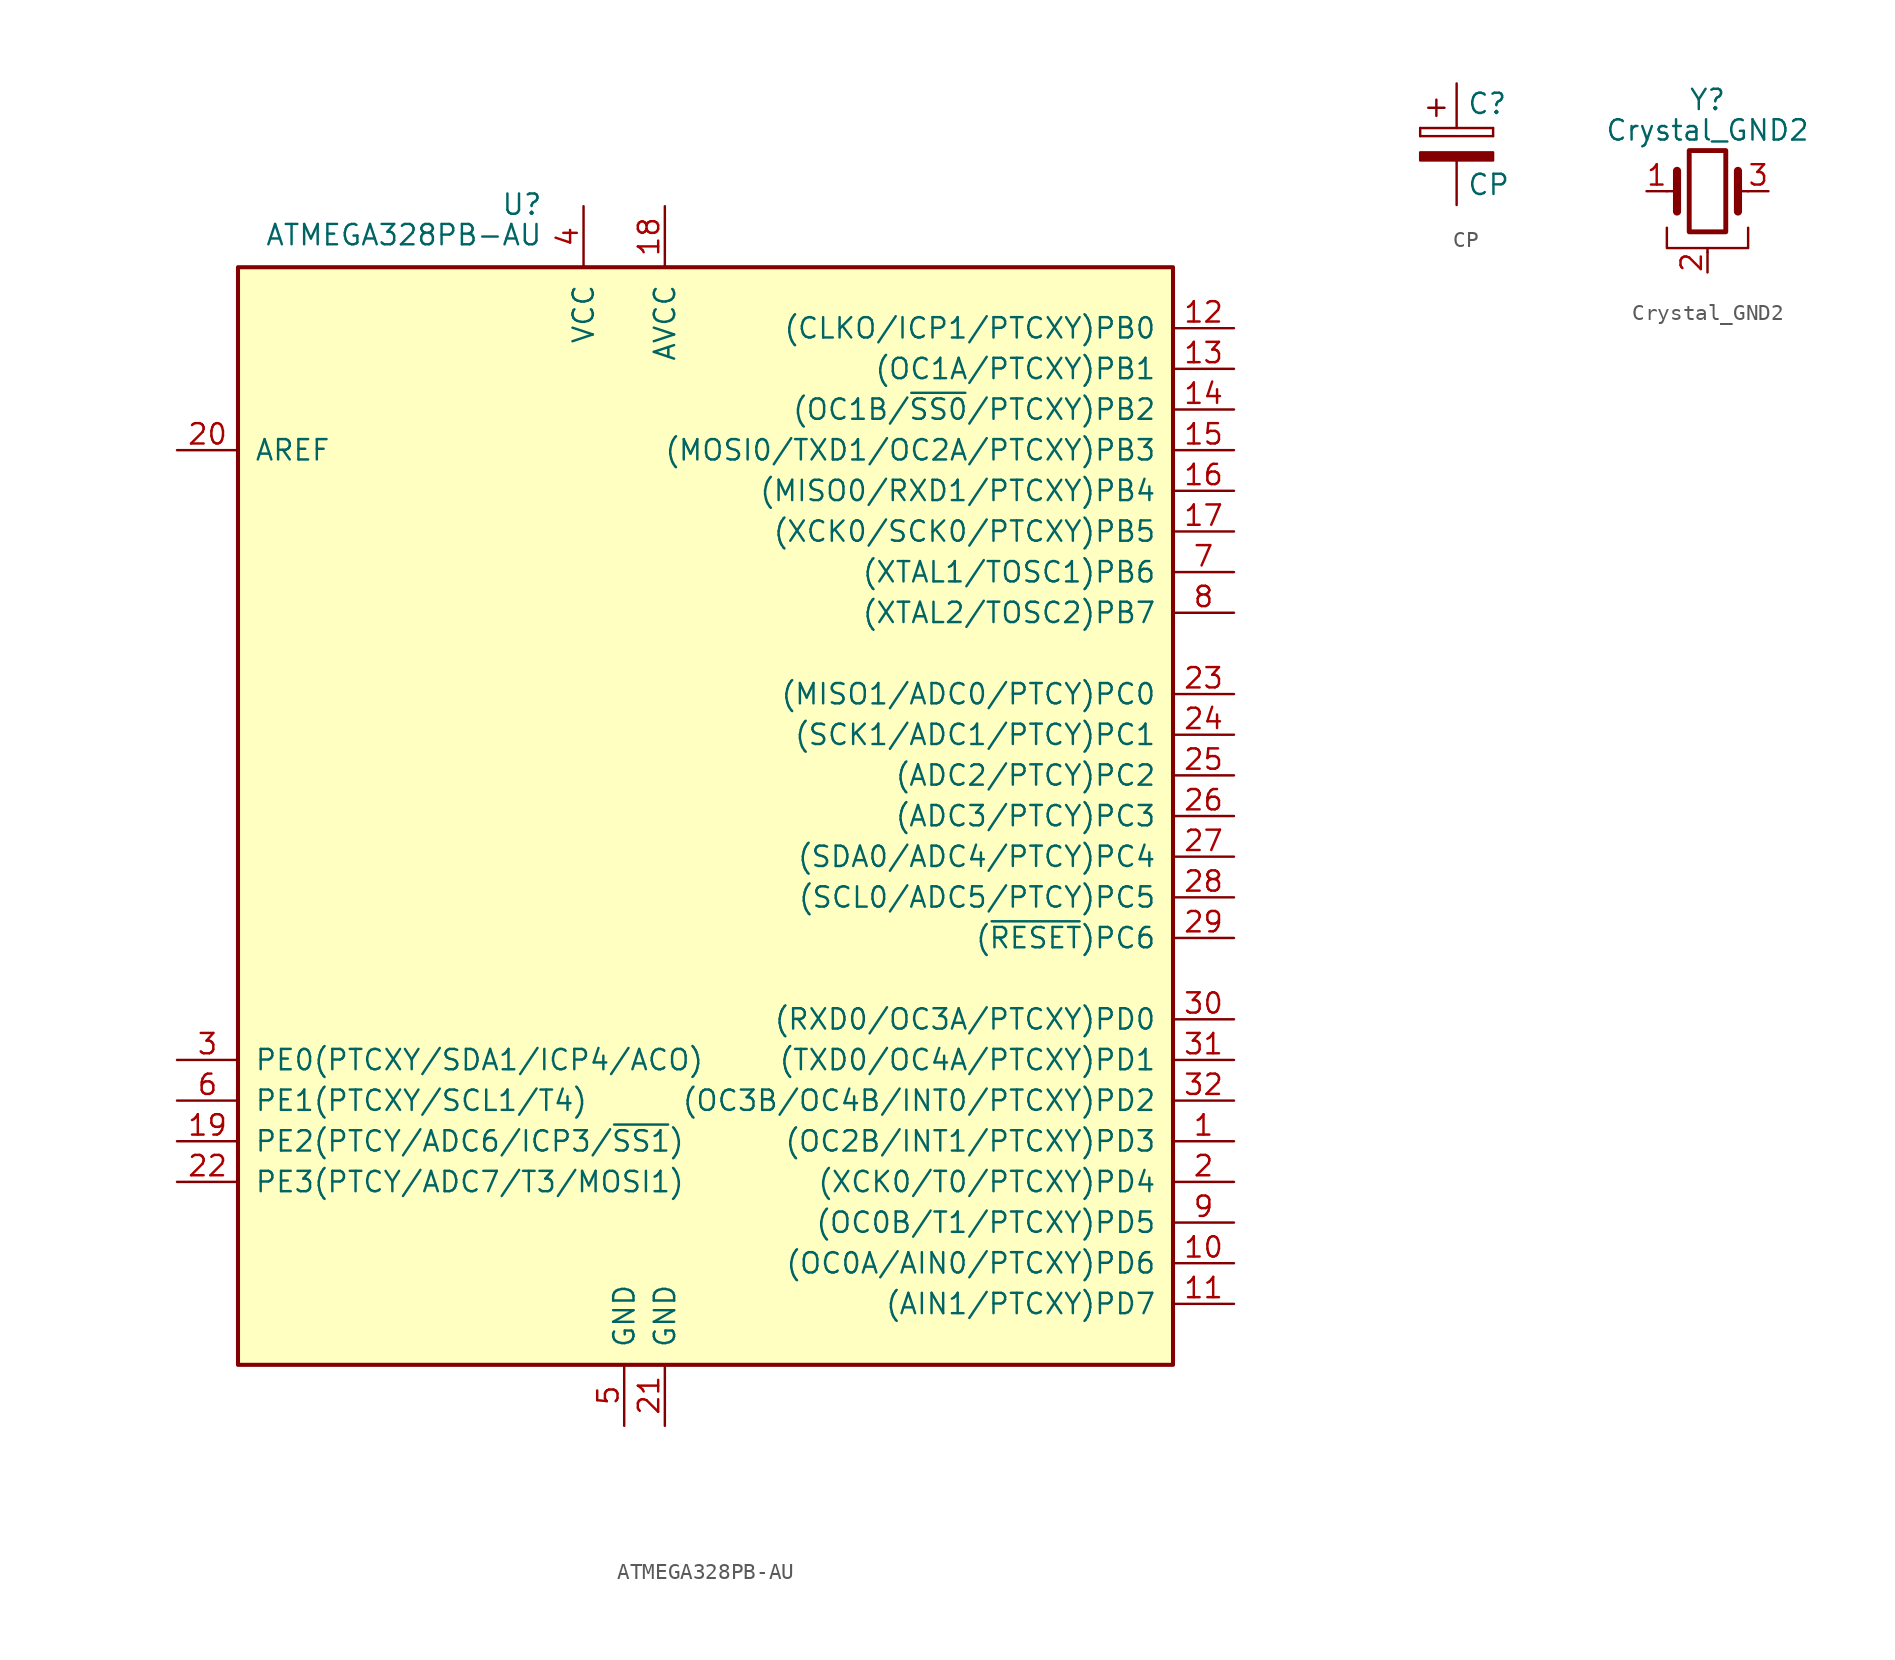
<source format=kicad_sym>
(kicad_symbol_lib
  (version 20220914)
  (generator kicad_symbol_editor)
  (symbol "ATMEGA328PB-AU"
    (pin_names
      (offset 1.016))
    (property "Reference" "U"
      (at -10.16 37.465 0)
      (effects (font (size 1.27 1.27)) (justify right bottom)))
    (property "Value" "ATMEGA328PB-AU"
      (at -10.16 35.56 0)
      (effects (font (size 1.27 1.27)) (justify right bottom)))
    (symbol "ATMEGA328PB-AU_0_1"
      (rectangle (start -29.21 34.29) (end 29.21 -34.29) (stroke (width 0.254) (type solid)) (fill (type background))))
    (symbol "ATMEGA328PB-AU_1_1"
      (pin bidirectional line (at 33.02 -20.32 180) (length 3.81) (name "(OC2B/INT1/PTCXY)PD3" (effects (font (size 1.27 1.27)))) (number "1" (effects (font (size 1.27 1.27)))))
      (pin bidirectional line (at 33.02 -27.94 180) (length 3.81) (name "(OC0A/AIN0/PTCXY)PD6" (effects (font (size 1.27 1.27)))) (number "10" (effects (font (size 1.27 1.27)))))
      (pin bidirectional line (at 33.02 -30.48 180) (length 3.81) (name "(AIN1/PTCXY)PD7" (effects (font (size 1.27 1.27)))) (number "11" (effects (font (size 1.27 1.27)))))
      (pin bidirectional line (at 33.02 30.48 180) (length 3.81) (name "(CLKO/ICP1/PTCXY)PB0" (effects (font (size 1.27 1.27)))) (number "12" (effects (font (size 1.27 1.27)))))
      (pin bidirectional line (at 33.02 27.94 180) (length 3.81) (name "(OC1A/PTCXY)PB1" (effects (font (size 1.27 1.27)))) (number "13" (effects (font (size 1.27 1.27)))))
      (pin bidirectional line (at 33.02 25.4 180) (length 3.81) (name "(OC1B/~{SS0}/PTCXY)PB2" (effects (font (size 1.27 1.27)))) (number "14" (effects (font (size 1.27 1.27)))))
      (pin bidirectional line (at 33.02 22.86 180) (length 3.81) (name "(MOSI0/TXD1/OC2A/PTCXY)PB3" (effects (font (size 1.27 1.27)))) (number "15" (effects (font (size 1.27 1.27)))))
      (pin bidirectional line (at 33.02 20.32 180) (length 3.81) (name "(MISO0/RXD1/PTCXY)PB4" (effects (font (size 1.27 1.27)))) (number "16" (effects (font (size 1.27 1.27)))))
      (pin bidirectional line (at 33.02 17.78 180) (length 3.81) (name "(XCK0/SCK0/PTCXY)PB5" (effects (font (size 1.27 1.27)))) (number "17" (effects (font (size 1.27 1.27)))))
      (pin power_in line (at -2.54 38.1 270) (length 3.81) (name "AVCC" (effects (font (size 1.27 1.27)))) (number "18" (effects (font (size 1.27 1.27)))))
      (pin bidirectional line (at -33.02 -20.32 0) (length 3.81) (name "PE2(PTCY/ADC6/ICP3/~{SS1})" (effects (font (size 1.27 1.27)))) (number "19" (effects (font (size 1.27 1.27)))))
      (pin bidirectional line (at 33.02 -22.86 180) (length 3.81) (name "(XCK0/T0/PTCXY)PD4" (effects (font (size 1.27 1.27)))) (number "2" (effects (font (size 1.27 1.27)))))
      (pin bidirectional line (at -33.02 22.86 0) (length 3.81) (name "AREF" (effects (font (size 1.27 1.27)))) (number "20" (effects (font (size 1.27 1.27)))))
      (pin power_in line (at -2.54 -38.1 90) (length 3.81) (name "GND" (effects (font (size 1.27 1.27)))) (number "21" (effects (font (size 1.27 1.27)))))
      (pin bidirectional line (at -33.02 -22.86 0) (length 3.81) (name "PE3(PTCY/ADC7/T3/MOSI1)" (effects (font (size 1.27 1.27)))) (number "22" (effects (font (size 1.27 1.27)))))
      (pin bidirectional line (at 33.02 7.62 180) (length 3.81) (name "(MISO1/ADC0/PTCY)PC0" (effects (font (size 1.27 1.27)))) (number "23" (effects (font (size 1.27 1.27)))))
      (pin bidirectional line (at 33.02 5.08 180) (length 3.81) (name "(SCK1/ADC1/PTCY)PC1" (effects (font (size 1.27 1.27)))) (number "24" (effects (font (size 1.27 1.27)))))
      (pin bidirectional line (at 33.02 2.54 180) (length 3.81) (name "(ADC2/PTCY)PC2" (effects (font (size 1.27 1.27)))) (number "25" (effects (font (size 1.27 1.27)))))
      (pin bidirectional line (at 33.02 0 180) (length 3.81) (name "(ADC3/PTCY)PC3" (effects (font (size 1.27 1.27)))) (number "26" (effects (font (size 1.27 1.27)))))
      (pin bidirectional line (at 33.02 -2.54 180) (length 3.81) (name "(SDA0/ADC4/PTCY)PC4" (effects (font (size 1.27 1.27)))) (number "27" (effects (font (size 1.27 1.27)))))
      (pin bidirectional line (at 33.02 -5.08 180) (length 3.81) (name "(SCL0/ADC5/PTCY)PC5" (effects (font (size 1.27 1.27)))) (number "28" (effects (font (size 1.27 1.27)))))
      (pin bidirectional line (at 33.02 -7.62 180) (length 3.81) (name "(~{RESET})PC6" (effects (font (size 1.27 1.27)))) (number "29" (effects (font (size 1.27 1.27)))))
      (pin bidirectional line (at -33.02 -15.24 0) (length 3.81) (name "PE0(PTCXY/SDA1/ICP4/ACO)" (effects (font (size 1.27 1.27)))) (number "3" (effects (font (size 1.27 1.27)))))
      (pin bidirectional line (at 33.02 -12.7 180) (length 3.81) (name "(RXD0/OC3A/PTCXY)PD0" (effects (font (size 1.27 1.27)))) (number "30" (effects (font (size 1.27 1.27)))))
      (pin bidirectional line (at 33.02 -15.24 180) (length 3.81) (name "(TXD0/OC4A/PTCXY)PD1" (effects (font (size 1.27 1.27)))) (number "31" (effects (font (size 1.27 1.27)))))
      (pin bidirectional line (at 33.02 -17.78 180) (length 3.81) (name "(OC3B/OC4B/INT0/PTCXY)PD2" (effects (font (size 1.27 1.27)))) (number "32" (effects (font (size 1.27 1.27)))))
      (pin power_in line (at -7.62 38.1 270) (length 3.81) (name "VCC" (effects (font (size 1.27 1.27)))) (number "4" (effects (font (size 1.27 1.27)))))
      (pin power_in line (at -5.08 -38.1 90) (length 3.81) (name "GND" (effects (font (size 1.27 1.27)))) (number "5" (effects (font (size 1.27 1.27)))))
      (pin bidirectional line (at -33.02 -17.78 0) (length 3.81) (name "PE1(PTCXY/SCL1/T4)" (effects (font (size 1.27 1.27)))) (number "6" (effects (font (size 1.27 1.27)))))
      (pin bidirectional line (at 33.02 15.24 180) (length 3.81) (name "(XTAL1/TOSC1)PB6" (effects (font (size 1.27 1.27)))) (number "7" (effects (font (size 1.27 1.27)))))
      (pin bidirectional line (at 33.02 12.7 180) (length 3.81) (name "(XTAL2/TOSC2)PB7" (effects (font (size 1.27 1.27)))) (number "8" (effects (font (size 1.27 1.27)))))
      (pin bidirectional line (at 33.02 -25.4 180) (length 3.81) (name "(OC0B/T1/PTCXY)PD5" (effects (font (size 1.27 1.27)))) (number "9" (effects (font (size 1.27 1.27)))))))
  (symbol "CP"
    (pin_numbers hide)
    (pin_names
      (offset 0.254))
    (property "Reference" "C"
      (at 0.635 2.54 0)
      (effects (font (size 1.27 1.27)) (justify left)))
    (property "Value" "CP"
      (at 0.635 -2.54 0)
      (effects (font (size 1.27 1.27)) (justify left)))
    (symbol "CP_0_1"
      (rectangle (start -2.286 0.508) (end -2.286 1.016) (stroke (width 0) (type solid)) (fill (type none)))
      (rectangle (start -2.286 0.508) (end 2.286 0.508) (stroke (width 0) (type solid)) (fill (type none)))
      (polyline (pts (xy -1.778 2.286) (xy -0.762 2.286)) (stroke (width 0) (type solid)) (fill (type none)))
      (polyline (pts (xy -1.27 2.794) (xy -1.27 1.778)) (stroke (width 0) (type solid)) (fill (type none)))
      (rectangle (start 2.286 -0.508) (end -2.286 -1.016) (stroke (width 0) (type solid)) (fill (type outline)))
      (rectangle (start 2.286 1.016) (end -2.286 1.016) (stroke (width 0) (type solid)) (fill (type none)))
      (rectangle (start 2.286 1.016) (end 2.286 0.508) (stroke (width 0) (type solid)) (fill (type none))))
    (symbol "CP_1_1"
      (pin passive line (at 0 3.81 270) (length 2.794) (name "~" (effects (font (size 1.27 1.27)))) (number "1" (effects (font (size 1.27 1.27)))))
      (pin passive line (at 0 -3.81 90) (length 2.794) (name "~" (effects (font (size 1.27 1.27)))) (number "2" (effects (font (size 1.27 1.27)))))))
  (symbol "Crystal_GND2"
    (pin_names
      (offset 1.016) hide)
    (property "Reference" "Y"
      (at 0 5.715 0)
      (effects (font (size 1.27 1.27))))
    (property "Value" "Crystal_GND2"
      (at 0 3.81 0)
      (effects (font (size 1.27 1.27))))
    (symbol "Crystal_GND2_0_1"
      (rectangle (start -1.143 2.54) (end 1.143 -2.54) (stroke (width 0.305) (type solid)) (fill (type none)))
      (polyline (pts (xy -2.54 0) (xy -1.905 0)) (stroke (width 0) (type solid)) (fill (type none)))
      (polyline (pts (xy -1.905 -1.27) (xy -1.905 1.27)) (stroke (width 0.508) (type solid)) (fill (type none)))
      (polyline (pts (xy 0 -3.81) (xy 0 -3.556)) (stroke (width 0) (type solid)) (fill (type none)))
      (polyline (pts (xy 1.905 0) (xy 2.54 0)) (stroke (width 0) (type solid)) (fill (type none)))
      (polyline (pts (xy 1.905 1.27) (xy 1.905 -1.27)) (stroke (width 0.508) (type solid)) (fill (type none)))
      (polyline (pts (xy -2.54 -2.286) (xy -2.54 -3.556) (xy 2.54 -3.556) (xy 2.54 -2.286)) (stroke (width 0) (type solid)) (fill (type none))))
    (symbol "Crystal_GND2_1_1"
      (pin passive line (at -3.81 0 0) (length 1.27) (name "1" (effects (font (size 1.27 1.27)))) (number "1" (effects (font (size 1.27 1.27)))))
      (pin passive line (at 0 -5.08 90) (length 1.27) (name "2" (effects (font (size 1.27 1.27)))) (number "2" (effects (font (size 1.27 1.27)))))
      (pin passive line (at 3.81 0 180) (length 1.27) (name "3" (effects (font (size 1.27 1.27)))) (number "3" (effects (font (size 1.27 1.27))))))))
</source>
